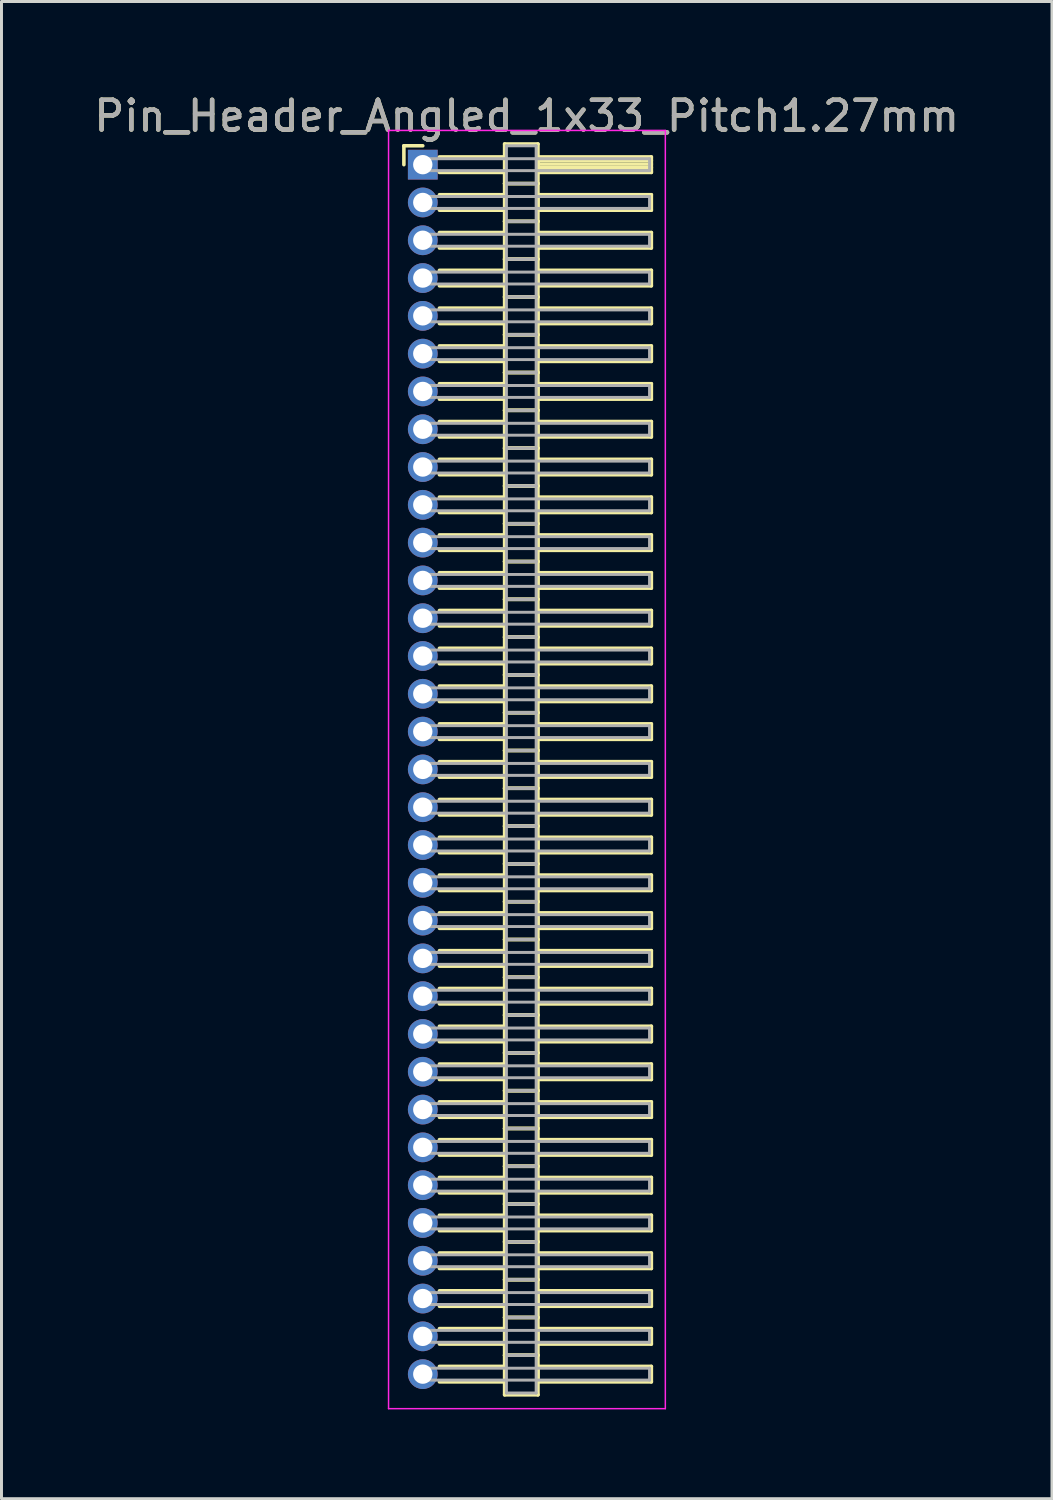
<source format=kicad_pcb>
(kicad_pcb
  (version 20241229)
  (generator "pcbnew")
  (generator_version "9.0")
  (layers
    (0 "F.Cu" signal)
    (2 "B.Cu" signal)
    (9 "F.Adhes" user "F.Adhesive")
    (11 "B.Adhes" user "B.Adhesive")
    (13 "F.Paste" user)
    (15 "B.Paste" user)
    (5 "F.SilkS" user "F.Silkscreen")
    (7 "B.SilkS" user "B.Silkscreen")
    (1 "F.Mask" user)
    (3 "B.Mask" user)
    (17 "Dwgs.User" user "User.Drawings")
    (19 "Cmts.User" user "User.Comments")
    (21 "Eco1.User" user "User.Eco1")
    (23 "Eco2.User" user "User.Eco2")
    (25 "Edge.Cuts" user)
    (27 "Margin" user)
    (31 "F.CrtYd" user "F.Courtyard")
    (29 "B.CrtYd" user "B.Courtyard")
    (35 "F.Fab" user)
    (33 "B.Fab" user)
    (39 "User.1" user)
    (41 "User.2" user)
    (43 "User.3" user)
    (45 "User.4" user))
  (footprint "Pin_Header_Angled_1x33_Pitch1.27mm"
    (layer "F.Cu")
    (at 11.156 2.483)
    (property "Reference" "Pin_Header_Angled_1x33_Pitch1.27mm" (at 3.493 -1.635 0) (layer "F.SilkS") (effects (font (size 1 1) (thickness 0.15))))
    (attr through_hole)
    (fp_line (start -0.635 -0.635) (end 0 -0.635) (stroke (width 0.12) (type solid)) (layer "F.SilkS"))
    (fp_line (start -0.635 0) (end -0.635 -0.635) (stroke (width 0.12) (type solid)) (layer "F.SilkS"))
    (fp_line (start 0.56 -0.26) (end 2.75 -0.26) (stroke (width 0.12) (type solid)) (layer "F.SilkS"))
    (fp_line (start 0.56 0.26) (end 2.75 0.26) (stroke (width 0.12) (type solid)) (layer "F.SilkS"))
    (fp_line (start 0.56 1.01) (end 2.75 1.01) (stroke (width 0.12) (type solid)) (layer "F.SilkS"))
    (fp_line (start 0.56 1.53) (end 2.75 1.53) (stroke (width 0.12) (type solid)) (layer "F.SilkS"))
    (fp_line (start 0.56 2.28) (end 2.75 2.28) (stroke (width 0.12) (type solid)) (layer "F.SilkS"))
    (fp_line (start 0.56 2.8) (end 2.75 2.8) (stroke (width 0.12) (type solid)) (layer "F.SilkS"))
    (fp_line (start 0.56 3.55) (end 2.75 3.55) (stroke (width 0.12) (type solid)) (layer "F.SilkS"))
    (fp_line (start 0.56 4.07) (end 2.75 4.07) (stroke (width 0.12) (type solid)) (layer "F.SilkS"))
    (fp_line (start 0.56 4.82) (end 2.75 4.82) (stroke (width 0.12) (type solid)) (layer "F.SilkS"))
    (fp_line (start 0.56 5.34) (end 2.75 5.34) (stroke (width 0.12) (type solid)) (layer "F.SilkS"))
    (fp_line (start 0.56 6.09) (end 2.75 6.09) (stroke (width 0.12) (type solid)) (layer "F.SilkS"))
    (fp_line (start 0.56 6.61) (end 2.75 6.61) (stroke (width 0.12) (type solid)) (layer "F.SilkS"))
    (fp_line (start 0.56 7.36) (end 2.75 7.36) (stroke (width 0.12) (type solid)) (layer "F.SilkS"))
    (fp_line (start 0.56 7.88) (end 2.75 7.88) (stroke (width 0.12) (type solid)) (layer "F.SilkS"))
    (fp_line (start 0.56 8.63) (end 2.75 8.63) (stroke (width 0.12) (type solid)) (layer "F.SilkS"))
    (fp_line (start 0.56 9.15) (end 2.75 9.15) (stroke (width 0.12) (type solid)) (layer "F.SilkS"))
    (fp_line (start 0.56 9.9) (end 2.75 9.9) (stroke (width 0.12) (type solid)) (layer "F.SilkS"))
    (fp_line (start 0.56 10.42) (end 2.75 10.42) (stroke (width 0.12) (type solid)) (layer "F.SilkS"))
    (fp_line (start 0.56 11.17) (end 2.75 11.17) (stroke (width 0.12) (type solid)) (layer "F.SilkS"))
    (fp_line (start 0.56 11.69) (end 2.75 11.69) (stroke (width 0.12) (type solid)) (layer "F.SilkS"))
    (fp_line (start 0.56 12.44) (end 2.75 12.44) (stroke (width 0.12) (type solid)) (layer "F.SilkS"))
    (fp_line (start 0.56 12.96) (end 2.75 12.96) (stroke (width 0.12) (type solid)) (layer "F.SilkS"))
    (fp_line (start 0.56 13.71) (end 2.75 13.71) (stroke (width 0.12) (type solid)) (layer "F.SilkS"))
    (fp_line (start 0.56 14.23) (end 2.75 14.23) (stroke (width 0.12) (type solid)) (layer "F.SilkS"))
    (fp_line (start 0.56 14.98) (end 2.75 14.98) (stroke (width 0.12) (type solid)) (layer "F.SilkS"))
    (fp_line (start 0.56 15.5) (end 2.75 15.5) (stroke (width 0.12) (type solid)) (layer "F.SilkS"))
    (fp_line (start 0.56 16.25) (end 2.75 16.25) (stroke (width 0.12) (type solid)) (layer "F.SilkS"))
    (fp_line (start 0.56 16.77) (end 2.75 16.77) (stroke (width 0.12) (type solid)) (layer "F.SilkS"))
    (fp_line (start 0.56 17.52) (end 2.75 17.52) (stroke (width 0.12) (type solid)) (layer "F.SilkS"))
    (fp_line (start 0.56 18.04) (end 2.75 18.04) (stroke (width 0.12) (type solid)) (layer "F.SilkS"))
    (fp_line (start 0.56 18.79) (end 2.75 18.79) (stroke (width 0.12) (type solid)) (layer "F.SilkS"))
    (fp_line (start 0.56 19.31) (end 2.75 19.31) (stroke (width 0.12) (type solid)) (layer "F.SilkS"))
    (fp_line (start 0.56 20.06) (end 2.75 20.06) (stroke (width 0.12) (type solid)) (layer "F.SilkS"))
    (fp_line (start 0.56 20.58) (end 2.75 20.58) (stroke (width 0.12) (type solid)) (layer "F.SilkS"))
    (fp_line (start 0.56 21.33) (end 2.75 21.33) (stroke (width 0.12) (type solid)) (layer "F.SilkS"))
    (fp_line (start 0.56 21.85) (end 2.75 21.85) (stroke (width 0.12) (type solid)) (layer "F.SilkS"))
    (fp_line (start 0.56 22.6) (end 2.75 22.6) (stroke (width 0.12) (type solid)) (layer "F.SilkS"))
    (fp_line (start 0.56 23.12) (end 2.75 23.12) (stroke (width 0.12) (type solid)) (layer "F.SilkS"))
    (fp_line (start 0.56 23.87) (end 2.75 23.87) (stroke (width 0.12) (type solid)) (layer "F.SilkS"))
    (fp_line (start 0.56 24.39) (end 2.75 24.39) (stroke (width 0.12) (type solid)) (layer "F.SilkS"))
    (fp_line (start 0.56 25.14) (end 2.75 25.14) (stroke (width 0.12) (type solid)) (layer "F.SilkS"))
    (fp_line (start 0.56 25.66) (end 2.75 25.66) (stroke (width 0.12) (type solid)) (layer "F.SilkS"))
    (fp_line (start 0.56 26.41) (end 2.75 26.41) (stroke (width 0.12) (type solid)) (layer "F.SilkS"))
    (fp_line (start 0.56 26.93) (end 2.75 26.93) (stroke (width 0.12) (type solid)) (layer "F.SilkS"))
    (fp_line (start 0.56 27.68) (end 2.75 27.68) (stroke (width 0.12) (type solid)) (layer "F.SilkS"))
    (fp_line (start 0.56 28.2) (end 2.75 28.2) (stroke (width 0.12) (type solid)) (layer "F.SilkS"))
    (fp_line (start 0.56 28.95) (end 2.75 28.95) (stroke (width 0.12) (type solid)) (layer "F.SilkS"))
    (fp_line (start 0.56 29.47) (end 2.75 29.47) (stroke (width 0.12) (type solid)) (layer "F.SilkS"))
    (fp_line (start 0.56 30.22) (end 2.75 30.22) (stroke (width 0.12) (type solid)) (layer "F.SilkS"))
    (fp_line (start 0.56 30.74) (end 2.75 30.74) (stroke (width 0.12) (type solid)) (layer "F.SilkS"))
    (fp_line (start 0.56 31.49) (end 2.75 31.49) (stroke (width 0.12) (type solid)) (layer "F.SilkS"))
    (fp_line (start 0.56 32.01) (end 2.75 32.01) (stroke (width 0.12) (type solid)) (layer "F.SilkS"))
    (fp_line (start 0.56 32.76) (end 2.75 32.76) (stroke (width 0.12) (type solid)) (layer "F.SilkS"))
    (fp_line (start 0.56 33.28) (end 2.75 33.28) (stroke (width 0.12) (type solid)) (layer "F.SilkS"))
    (fp_line (start 0.56 34.03) (end 2.75 34.03) (stroke (width 0.12) (type solid)) (layer "F.SilkS"))
    (fp_line (start 0.56 34.55) (end 2.75 34.55) (stroke (width 0.12) (type solid)) (layer "F.SilkS"))
    (fp_line (start 0.56 35.3) (end 2.75 35.3) (stroke (width 0.12) (type solid)) (layer "F.SilkS"))
    (fp_line (start 0.56 35.82) (end 2.75 35.82) (stroke (width 0.12) (type solid)) (layer "F.SilkS"))
    (fp_line (start 0.56 36.57) (end 2.75 36.57) (stroke (width 0.12) (type solid)) (layer "F.SilkS"))
    (fp_line (start 0.56 37.09) (end 2.75 37.09) (stroke (width 0.12) (type solid)) (layer "F.SilkS"))
    (fp_line (start 0.56 37.84) (end 2.75 37.84) (stroke (width 0.12) (type solid)) (layer "F.SilkS"))
    (fp_line (start 0.56 38.36) (end 2.75 38.36) (stroke (width 0.12) (type solid)) (layer "F.SilkS"))
    (fp_line (start 0.56 39.11) (end 2.75 39.11) (stroke (width 0.12) (type solid)) (layer "F.SilkS"))
    (fp_line (start 0.56 39.63) (end 2.75 39.63) (stroke (width 0.12) (type solid)) (layer "F.SilkS"))
    (fp_line (start 0.56 40.38) (end 2.75 40.38) (stroke (width 0.12) (type solid)) (layer "F.SilkS"))
    (fp_line (start 0.56 40.9) (end 2.75 40.9) (stroke (width 0.12) (type solid)) (layer "F.SilkS"))
    (fp_line (start 2.75 -0.695) (end 2.75 0.635) (stroke (width 0.12) (type solid)) (layer "F.SilkS"))
    (fp_line (start 2.75 0.635) (end 2.75 1.905) (stroke (width 0.12) (type solid)) (layer "F.SilkS"))
    (fp_line (start 2.75 0.635) (end 3.87 0.635) (stroke (width 0.12) (type solid)) (layer "F.SilkS"))
    (fp_line (start 2.75 1.905) (end 2.75 3.175) (stroke (width 0.12) (type solid)) (layer "F.SilkS"))
    (fp_line (start 2.75 1.905) (end 3.87 1.905) (stroke (width 0.12) (type solid)) (layer "F.SilkS"))
    (fp_line (start 2.75 3.175) (end 2.75 4.445) (stroke (width 0.12) (type solid)) (layer "F.SilkS"))
    (fp_line (start 2.75 3.175) (end 3.87 3.175) (stroke (width 0.12) (type solid)) (layer "F.SilkS"))
    (fp_line (start 2.75 4.445) (end 2.75 5.715) (stroke (width 0.12) (type solid)) (layer "F.SilkS"))
    (fp_line (start 2.75 4.445) (end 3.87 4.445) (stroke (width 0.12) (type solid)) (layer "F.SilkS"))
    (fp_line (start 2.75 5.715) (end 2.75 6.985) (stroke (width 0.12) (type solid)) (layer "F.SilkS"))
    (fp_line (start 2.75 5.715) (end 3.87 5.715) (stroke (width 0.12) (type solid)) (layer "F.SilkS"))
    (fp_line (start 2.75 6.985) (end 2.75 8.255) (stroke (width 0.12) (type solid)) (layer "F.SilkS"))
    (fp_line (start 2.75 6.985) (end 3.87 6.985) (stroke (width 0.12) (type solid)) (layer "F.SilkS"))
    (fp_line (start 2.75 8.255) (end 2.75 9.525) (stroke (width 0.12) (type solid)) (layer "F.SilkS"))
    (fp_line (start 2.75 8.255) (end 3.87 8.255) (stroke (width 0.12) (type solid)) (layer "F.SilkS"))
    (fp_line (start 2.75 9.525) (end 2.75 10.795) (stroke (width 0.12) (type solid)) (layer "F.SilkS"))
    (fp_line (start 2.75 9.525) (end 3.87 9.525) (stroke (width 0.12) (type solid)) (layer "F.SilkS"))
    (fp_line (start 2.75 10.795) (end 2.75 12.065) (stroke (width 0.12) (type solid)) (layer "F.SilkS"))
    (fp_line (start 2.75 10.795) (end 3.87 10.795) (stroke (width 0.12) (type solid)) (layer "F.SilkS"))
    (fp_line (start 2.75 12.065) (end 2.75 13.335) (stroke (width 0.12) (type solid)) (layer "F.SilkS"))
    (fp_line (start 2.75 12.065) (end 3.87 12.065) (stroke (width 0.12) (type solid)) (layer "F.SilkS"))
    (fp_line (start 2.75 13.335) (end 2.75 14.605) (stroke (width 0.12) (type solid)) (layer "F.SilkS"))
    (fp_line (start 2.75 13.335) (end 3.87 13.335) (stroke (width 0.12) (type solid)) (layer "F.SilkS"))
    (fp_line (start 2.75 14.605) (end 2.75 15.875) (stroke (width 0.12) (type solid)) (layer "F.SilkS"))
    (fp_line (start 2.75 14.605) (end 3.87 14.605) (stroke (width 0.12) (type solid)) (layer "F.SilkS"))
    (fp_line (start 2.75 15.875) (end 2.75 17.145) (stroke (width 0.12) (type solid)) (layer "F.SilkS"))
    (fp_line (start 2.75 15.875) (end 3.87 15.875) (stroke (width 0.12) (type solid)) (layer "F.SilkS"))
    (fp_line (start 2.75 17.145) (end 2.75 18.415) (stroke (width 0.12) (type solid)) (layer "F.SilkS"))
    (fp_line (start 2.75 17.145) (end 3.87 17.145) (stroke (width 0.12) (type solid)) (layer "F.SilkS"))
    (fp_line (start 2.75 18.415) (end 2.75 19.685) (stroke (width 0.12) (type solid)) (layer "F.SilkS"))
    (fp_line (start 2.75 18.415) (end 3.87 18.415) (stroke (width 0.12) (type solid)) (layer "F.SilkS"))
    (fp_line (start 2.75 19.685) (end 2.75 20.955) (stroke (width 0.12) (type solid)) (layer "F.SilkS"))
    (fp_line (start 2.75 19.685) (end 3.87 19.685) (stroke (width 0.12) (type solid)) (layer "F.SilkS"))
    (fp_line (start 2.75 20.955) (end 2.75 22.225) (stroke (width 0.12) (type solid)) (layer "F.SilkS"))
    (fp_line (start 2.75 20.955) (end 3.87 20.955) (stroke (width 0.12) (type solid)) (layer "F.SilkS"))
    (fp_line (start 2.75 22.225) (end 2.75 23.495) (stroke (width 0.12) (type solid)) (layer "F.SilkS"))
    (fp_line (start 2.75 22.225) (end 3.87 22.225) (stroke (width 0.12) (type solid)) (layer "F.SilkS"))
    (fp_line (start 2.75 23.495) (end 2.75 24.765) (stroke (width 0.12) (type solid)) (layer "F.SilkS"))
    (fp_line (start 2.75 23.495) (end 3.87 23.495) (stroke (width 0.12) (type solid)) (layer "F.SilkS"))
    (fp_line (start 2.75 24.765) (end 2.75 26.035) (stroke (width 0.12) (type solid)) (layer "F.SilkS"))
    (fp_line (start 2.75 24.765) (end 3.87 24.765) (stroke (width 0.12) (type solid)) (layer "F.SilkS"))
    (fp_line (start 2.75 26.035) (end 2.75 27.305) (stroke (width 0.12) (type solid)) (layer "F.SilkS"))
    (fp_line (start 2.75 26.035) (end 3.87 26.035) (stroke (width 0.12) (type solid)) (layer "F.SilkS"))
    (fp_line (start 2.75 27.305) (end 2.75 28.575) (stroke (width 0.12) (type solid)) (layer "F.SilkS"))
    (fp_line (start 2.75 27.305) (end 3.87 27.305) (stroke (width 0.12) (type solid)) (layer "F.SilkS"))
    (fp_line (start 2.75 28.575) (end 2.75 29.845) (stroke (width 0.12) (type solid)) (layer "F.SilkS"))
    (fp_line (start 2.75 28.575) (end 3.87 28.575) (stroke (width 0.12) (type solid)) (layer "F.SilkS"))
    (fp_line (start 2.75 29.845) (end 2.75 31.115) (stroke (width 0.12) (type solid)) (layer "F.SilkS"))
    (fp_line (start 2.75 29.845) (end 3.87 29.845) (stroke (width 0.12) (type solid)) (layer "F.SilkS"))
    (fp_line (start 2.75 31.115) (end 2.75 32.385) (stroke (width 0.12) (type solid)) (layer "F.SilkS"))
    (fp_line (start 2.75 31.115) (end 3.87 31.115) (stroke (width 0.12) (type solid)) (layer "F.SilkS"))
    (fp_line (start 2.75 32.385) (end 2.75 33.655) (stroke (width 0.12) (type solid)) (layer "F.SilkS"))
    (fp_line (start 2.75 32.385) (end 3.87 32.385) (stroke (width 0.12) (type solid)) (layer "F.SilkS"))
    (fp_line (start 2.75 33.655) (end 2.75 34.925) (stroke (width 0.12) (type solid)) (layer "F.SilkS"))
    (fp_line (start 2.75 33.655) (end 3.87 33.655) (stroke (width 0.12) (type solid)) (layer "F.SilkS"))
    (fp_line (start 2.75 34.925) (end 2.75 36.195) (stroke (width 0.12) (type solid)) (layer "F.SilkS"))
    (fp_line (start 2.75 34.925) (end 3.87 34.925) (stroke (width 0.12) (type solid)) (layer "F.SilkS"))
    (fp_line (start 2.75 36.195) (end 2.75 37.465) (stroke (width 0.12) (type solid)) (layer "F.SilkS"))
    (fp_line (start 2.75 36.195) (end 3.87 36.195) (stroke (width 0.12) (type solid)) (layer "F.SilkS"))
    (fp_line (start 2.75 37.465) (end 2.75 38.735) (stroke (width 0.12) (type solid)) (layer "F.SilkS"))
    (fp_line (start 2.75 37.465) (end 3.87 37.465) (stroke (width 0.12) (type solid)) (layer "F.SilkS"))
    (fp_line (start 2.75 38.735) (end 2.75 40.005) (stroke (width 0.12) (type solid)) (layer "F.SilkS"))
    (fp_line (start 2.75 38.735) (end 3.87 38.735) (stroke (width 0.12) (type solid)) (layer "F.SilkS"))
    (fp_line (start 2.75 40.005) (end 2.75 41.335) (stroke (width 0.12) (type solid)) (layer "F.SilkS"))
    (fp_line (start 2.75 40.005) (end 3.87 40.005) (stroke (width 0.12) (type solid)) (layer "F.SilkS"))
    (fp_line (start 2.75 41.335) (end 3.87 41.335) (stroke (width 0.12) (type solid)) (layer "F.SilkS"))
    (fp_line (start 3.87 -0.695) (end 2.75 -0.695) (stroke (width 0.12) (type solid)) (layer "F.SilkS"))
    (fp_line (start 3.87 -0.26) (end 3.87 0.26) (stroke (width 0.12) (type solid)) (layer "F.SilkS"))
    (fp_line (start 3.87 -0.14) (end 7.68 -0.14) (stroke (width 0.12) (type solid)) (layer "F.SilkS"))
    (fp_line (start 3.87 -0.02) (end 7.68 -0.02) (stroke (width 0.12) (type solid)) (layer "F.SilkS"))
    (fp_line (start 3.87 0.1) (end 7.68 0.1) (stroke (width 0.12) (type solid)) (layer "F.SilkS"))
    (fp_line (start 3.87 0.22) (end 7.68 0.22) (stroke (width 0.12) (type solid)) (layer "F.SilkS"))
    (fp_line (start 3.87 0.26) (end 7.68 0.26) (stroke (width 0.12) (type solid)) (layer "F.SilkS"))
    (fp_line (start 3.87 0.635) (end 2.75 0.635) (stroke (width 0.12) (type solid)) (layer "F.SilkS"))
    (fp_line (start 3.87 0.635) (end 3.87 -0.695) (stroke (width 0.12) (type solid)) (layer "F.SilkS"))
    (fp_line (start 3.87 1.01) (end 3.87 1.53) (stroke (width 0.12) (type solid)) (layer "F.SilkS"))
    (fp_line (start 3.87 1.53) (end 7.68 1.53) (stroke (width 0.12) (type solid)) (layer "F.SilkS"))
    (fp_line (start 3.87 1.905) (end 2.75 1.905) (stroke (width 0.12) (type solid)) (layer "F.SilkS"))
    (fp_line (start 3.87 1.905) (end 3.87 0.635) (stroke (width 0.12) (type solid)) (layer "F.SilkS"))
    (fp_line (start 3.87 2.28) (end 3.87 2.8) (stroke (width 0.12) (type solid)) (layer "F.SilkS"))
    (fp_line (start 3.87 2.8) (end 7.68 2.8) (stroke (width 0.12) (type solid)) (layer "F.SilkS"))
    (fp_line (start 3.87 3.175) (end 2.75 3.175) (stroke (width 0.12) (type solid)) (layer "F.SilkS"))
    (fp_line (start 3.87 3.175) (end 3.87 1.905) (stroke (width 0.12) (type solid)) (layer "F.SilkS"))
    (fp_line (start 3.87 3.55) (end 3.87 4.07) (stroke (width 0.12) (type solid)) (layer "F.SilkS"))
    (fp_line (start 3.87 4.07) (end 7.68 4.07) (stroke (width 0.12) (type solid)) (layer "F.SilkS"))
    (fp_line (start 3.87 4.445) (end 2.75 4.445) (stroke (width 0.12) (type solid)) (layer "F.SilkS"))
    (fp_line (start 3.87 4.445) (end 3.87 3.175) (stroke (width 0.12) (type solid)) (layer "F.SilkS"))
    (fp_line (start 3.87 4.82) (end 3.87 5.34) (stroke (width 0.12) (type solid)) (layer "F.SilkS"))
    (fp_line (start 3.87 5.34) (end 7.68 5.34) (stroke (width 0.12) (type solid)) (layer "F.SilkS"))
    (fp_line (start 3.87 5.715) (end 2.75 5.715) (stroke (width 0.12) (type solid)) (layer "F.SilkS"))
    (fp_line (start 3.87 5.715) (end 3.87 4.445) (stroke (width 0.12) (type solid)) (layer "F.SilkS"))
    (fp_line (start 3.87 6.09) (end 3.87 6.61) (stroke (width 0.12) (type solid)) (layer "F.SilkS"))
    (fp_line (start 3.87 6.61) (end 7.68 6.61) (stroke (width 0.12) (type solid)) (layer "F.SilkS"))
    (fp_line (start 3.87 6.985) (end 2.75 6.985) (stroke (width 0.12) (type solid)) (layer "F.SilkS"))
    (fp_line (start 3.87 6.985) (end 3.87 5.715) (stroke (width 0.12) (type solid)) (layer "F.SilkS"))
    (fp_line (start 3.87 7.36) (end 3.87 7.88) (stroke (width 0.12) (type solid)) (layer "F.SilkS"))
    (fp_line (start 3.87 7.88) (end 7.68 7.88) (stroke (width 0.12) (type solid)) (layer "F.SilkS"))
    (fp_line (start 3.87 8.255) (end 2.75 8.255) (stroke (width 0.12) (type solid)) (layer "F.SilkS"))
    (fp_line (start 3.87 8.255) (end 3.87 6.985) (stroke (width 0.12) (type solid)) (layer "F.SilkS"))
    (fp_line (start 3.87 8.63) (end 3.87 9.15) (stroke (width 0.12) (type solid)) (layer "F.SilkS"))
    (fp_line (start 3.87 9.15) (end 7.68 9.15) (stroke (width 0.12) (type solid)) (layer "F.SilkS"))
    (fp_line (start 3.87 9.525) (end 2.75 9.525) (stroke (width 0.12) (type solid)) (layer "F.SilkS"))
    (fp_line (start 3.87 9.525) (end 3.87 8.255) (stroke (width 0.12) (type solid)) (layer "F.SilkS"))
    (fp_line (start 3.87 9.9) (end 3.87 10.42) (stroke (width 0.12) (type solid)) (layer "F.SilkS"))
    (fp_line (start 3.87 10.42) (end 7.68 10.42) (stroke (width 0.12) (type solid)) (layer "F.SilkS"))
    (fp_line (start 3.87 10.795) (end 2.75 10.795) (stroke (width 0.12) (type solid)) (layer "F.SilkS"))
    (fp_line (start 3.87 10.795) (end 3.87 9.525) (stroke (width 0.12) (type solid)) (layer "F.SilkS"))
    (fp_line (start 3.87 11.17) (end 3.87 11.69) (stroke (width 0.12) (type solid)) (layer "F.SilkS"))
    (fp_line (start 3.87 11.69) (end 7.68 11.69) (stroke (width 0.12) (type solid)) (layer "F.SilkS"))
    (fp_line (start 3.87 12.065) (end 2.75 12.065) (stroke (width 0.12) (type solid)) (layer "F.SilkS"))
    (fp_line (start 3.87 12.065) (end 3.87 10.795) (stroke (width 0.12) (type solid)) (layer "F.SilkS"))
    (fp_line (start 3.87 12.44) (end 3.87 12.96) (stroke (width 0.12) (type solid)) (layer "F.SilkS"))
    (fp_line (start 3.87 12.96) (end 7.68 12.96) (stroke (width 0.12) (type solid)) (layer "F.SilkS"))
    (fp_line (start 3.87 13.335) (end 2.75 13.335) (stroke (width 0.12) (type solid)) (layer "F.SilkS"))
    (fp_line (start 3.87 13.335) (end 3.87 12.065) (stroke (width 0.12) (type solid)) (layer "F.SilkS"))
    (fp_line (start 3.87 13.71) (end 3.87 14.23) (stroke (width 0.12) (type solid)) (layer "F.SilkS"))
    (fp_line (start 3.87 14.23) (end 7.68 14.23) (stroke (width 0.12) (type solid)) (layer "F.SilkS"))
    (fp_line (start 3.87 14.605) (end 2.75 14.605) (stroke (width 0.12) (type solid)) (layer "F.SilkS"))
    (fp_line (start 3.87 14.605) (end 3.87 13.335) (stroke (width 0.12) (type solid)) (layer "F.SilkS"))
    (fp_line (start 3.87 14.98) (end 3.87 15.5) (stroke (width 0.12) (type solid)) (layer "F.SilkS"))
    (fp_line (start 3.87 15.5) (end 7.68 15.5) (stroke (width 0.12) (type solid)) (layer "F.SilkS"))
    (fp_line (start 3.87 15.875) (end 2.75 15.875) (stroke (width 0.12) (type solid)) (layer "F.SilkS"))
    (fp_line (start 3.87 15.875) (end 3.87 14.605) (stroke (width 0.12) (type solid)) (layer "F.SilkS"))
    (fp_line (start 3.87 16.25) (end 3.87 16.77) (stroke (width 0.12) (type solid)) (layer "F.SilkS"))
    (fp_line (start 3.87 16.77) (end 7.68 16.77) (stroke (width 0.12) (type solid)) (layer "F.SilkS"))
    (fp_line (start 3.87 17.145) (end 2.75 17.145) (stroke (width 0.12) (type solid)) (layer "F.SilkS"))
    (fp_line (start 3.87 17.145) (end 3.87 15.875) (stroke (width 0.12) (type solid)) (layer "F.SilkS"))
    (fp_line (start 3.87 17.52) (end 3.87 18.04) (stroke (width 0.12) (type solid)) (layer "F.SilkS"))
    (fp_line (start 3.87 18.04) (end 7.68 18.04) (stroke (width 0.12) (type solid)) (layer "F.SilkS"))
    (fp_line (start 3.87 18.415) (end 2.75 18.415) (stroke (width 0.12) (type solid)) (layer "F.SilkS"))
    (fp_line (start 3.87 18.415) (end 3.87 17.145) (stroke (width 0.12) (type solid)) (layer "F.SilkS"))
    (fp_line (start 3.87 18.79) (end 3.87 19.31) (stroke (width 0.12) (type solid)) (layer "F.SilkS"))
    (fp_line (start 3.87 19.31) (end 7.68 19.31) (stroke (width 0.12) (type solid)) (layer "F.SilkS"))
    (fp_line (start 3.87 19.685) (end 2.75 19.685) (stroke (width 0.12) (type solid)) (layer "F.SilkS"))
    (fp_line (start 3.87 19.685) (end 3.87 18.415) (stroke (width 0.12) (type solid)) (layer "F.SilkS"))
    (fp_line (start 3.87 20.06) (end 3.87 20.58) (stroke (width 0.12) (type solid)) (layer "F.SilkS"))
    (fp_line (start 3.87 20.58) (end 7.68 20.58) (stroke (width 0.12) (type solid)) (layer "F.SilkS"))
    (fp_line (start 3.87 20.955) (end 2.75 20.955) (stroke (width 0.12) (type solid)) (layer "F.SilkS"))
    (fp_line (start 3.87 20.955) (end 3.87 19.685) (stroke (width 0.12) (type solid)) (layer "F.SilkS"))
    (fp_line (start 3.87 21.33) (end 3.87 21.85) (stroke (width 0.12) (type solid)) (layer "F.SilkS"))
    (fp_line (start 3.87 21.85) (end 7.68 21.85) (stroke (width 0.12) (type solid)) (layer "F.SilkS"))
    (fp_line (start 3.87 22.225) (end 2.75 22.225) (stroke (width 0.12) (type solid)) (layer "F.SilkS"))
    (fp_line (start 3.87 22.225) (end 3.87 20.955) (stroke (width 0.12) (type solid)) (layer "F.SilkS"))
    (fp_line (start 3.87 22.6) (end 3.87 23.12) (stroke (width 0.12) (type solid)) (layer "F.SilkS"))
    (fp_line (start 3.87 23.12) (end 7.68 23.12) (stroke (width 0.12) (type solid)) (layer "F.SilkS"))
    (fp_line (start 3.87 23.495) (end 2.75 23.495) (stroke (width 0.12) (type solid)) (layer "F.SilkS"))
    (fp_line (start 3.87 23.495) (end 3.87 22.225) (stroke (width 0.12) (type solid)) (layer "F.SilkS"))
    (fp_line (start 3.87 23.87) (end 3.87 24.39) (stroke (width 0.12) (type solid)) (layer "F.SilkS"))
    (fp_line (start 3.87 24.39) (end 7.68 24.39) (stroke (width 0.12) (type solid)) (layer "F.SilkS"))
    (fp_line (start 3.87 24.765) (end 2.75 24.765) (stroke (width 0.12) (type solid)) (layer "F.SilkS"))
    (fp_line (start 3.87 24.765) (end 3.87 23.495) (stroke (width 0.12) (type solid)) (layer "F.SilkS"))
    (fp_line (start 3.87 25.14) (end 3.87 25.66) (stroke (width 0.12) (type solid)) (layer "F.SilkS"))
    (fp_line (start 3.87 25.66) (end 7.68 25.66) (stroke (width 0.12) (type solid)) (layer "F.SilkS"))
    (fp_line (start 3.87 26.035) (end 2.75 26.035) (stroke (width 0.12) (type solid)) (layer "F.SilkS"))
    (fp_line (start 3.87 26.035) (end 3.87 24.765) (stroke (width 0.12) (type solid)) (layer "F.SilkS"))
    (fp_line (start 3.87 26.41) (end 3.87 26.93) (stroke (width 0.12) (type solid)) (layer "F.SilkS"))
    (fp_line (start 3.87 26.93) (end 7.68 26.93) (stroke (width 0.12) (type solid)) (layer "F.SilkS"))
    (fp_line (start 3.87 27.305) (end 2.75 27.305) (stroke (width 0.12) (type solid)) (layer "F.SilkS"))
    (fp_line (start 3.87 27.305) (end 3.87 26.035) (stroke (width 0.12) (type solid)) (layer "F.SilkS"))
    (fp_line (start 3.87 27.68) (end 3.87 28.2) (stroke (width 0.12) (type solid)) (layer "F.SilkS"))
    (fp_line (start 3.87 28.2) (end 7.68 28.2) (stroke (width 0.12) (type solid)) (layer "F.SilkS"))
    (fp_line (start 3.87 28.575) (end 2.75 28.575) (stroke (width 0.12) (type solid)) (layer "F.SilkS"))
    (fp_line (start 3.87 28.575) (end 3.87 27.305) (stroke (width 0.12) (type solid)) (layer "F.SilkS"))
    (fp_line (start 3.87 28.95) (end 3.87 29.47) (stroke (width 0.12) (type solid)) (layer "F.SilkS"))
    (fp_line (start 3.87 29.47) (end 7.68 29.47) (stroke (width 0.12) (type solid)) (layer "F.SilkS"))
    (fp_line (start 3.87 29.845) (end 2.75 29.845) (stroke (width 0.12) (type solid)) (layer "F.SilkS"))
    (fp_line (start 3.87 29.845) (end 3.87 28.575) (stroke (width 0.12) (type solid)) (layer "F.SilkS"))
    (fp_line (start 3.87 30.22) (end 3.87 30.74) (stroke (width 0.12) (type solid)) (layer "F.SilkS"))
    (fp_line (start 3.87 30.74) (end 7.68 30.74) (stroke (width 0.12) (type solid)) (layer "F.SilkS"))
    (fp_line (start 3.87 31.115) (end 2.75 31.115) (stroke (width 0.12) (type solid)) (layer "F.SilkS"))
    (fp_line (start 3.87 31.115) (end 3.87 29.845) (stroke (width 0.12) (type solid)) (layer "F.SilkS"))
    (fp_line (start 3.87 31.49) (end 3.87 32.01) (stroke (width 0.12) (type solid)) (layer "F.SilkS"))
    (fp_line (start 3.87 32.01) (end 7.68 32.01) (stroke (width 0.12) (type solid)) (layer "F.SilkS"))
    (fp_line (start 3.87 32.385) (end 2.75 32.385) (stroke (width 0.12) (type solid)) (layer "F.SilkS"))
    (fp_line (start 3.87 32.385) (end 3.87 31.115) (stroke (width 0.12) (type solid)) (layer "F.SilkS"))
    (fp_line (start 3.87 32.76) (end 3.87 33.28) (stroke (width 0.12) (type solid)) (layer "F.SilkS"))
    (fp_line (start 3.87 33.28) (end 7.68 33.28) (stroke (width 0.12) (type solid)) (layer "F.SilkS"))
    (fp_line (start 3.87 33.655) (end 2.75 33.655) (stroke (width 0.12) (type solid)) (layer "F.SilkS"))
    (fp_line (start 3.87 33.655) (end 3.87 32.385) (stroke (width 0.12) (type solid)) (layer "F.SilkS"))
    (fp_line (start 3.87 34.03) (end 3.87 34.55) (stroke (width 0.12) (type solid)) (layer "F.SilkS"))
    (fp_line (start 3.87 34.55) (end 7.68 34.55) (stroke (width 0.12) (type solid)) (layer "F.SilkS"))
    (fp_line (start 3.87 34.925) (end 2.75 34.925) (stroke (width 0.12) (type solid)) (layer "F.SilkS"))
    (fp_line (start 3.87 34.925) (end 3.87 33.655) (stroke (width 0.12) (type solid)) (layer "F.SilkS"))
    (fp_line (start 3.87 35.3) (end 3.87 35.82) (stroke (width 0.12) (type solid)) (layer "F.SilkS"))
    (fp_line (start 3.87 35.82) (end 7.68 35.82) (stroke (width 0.12) (type solid)) (layer "F.SilkS"))
    (fp_line (start 3.87 36.195) (end 2.75 36.195) (stroke (width 0.12) (type solid)) (layer "F.SilkS"))
    (fp_line (start 3.87 36.195) (end 3.87 34.925) (stroke (width 0.12) (type solid)) (layer "F.SilkS"))
    (fp_line (start 3.87 36.57) (end 3.87 37.09) (stroke (width 0.12) (type solid)) (layer "F.SilkS"))
    (fp_line (start 3.87 37.09) (end 7.68 37.09) (stroke (width 0.12) (type solid)) (layer "F.SilkS"))
    (fp_line (start 3.87 37.465) (end 2.75 37.465) (stroke (width 0.12) (type solid)) (layer "F.SilkS"))
    (fp_line (start 3.87 37.465) (end 3.87 36.195) (stroke (width 0.12) (type solid)) (layer "F.SilkS"))
    (fp_line (start 3.87 37.84) (end 3.87 38.36) (stroke (width 0.12) (type solid)) (layer "F.SilkS"))
    (fp_line (start 3.87 38.36) (end 7.68 38.36) (stroke (width 0.12) (type solid)) (layer "F.SilkS"))
    (fp_line (start 3.87 38.735) (end 2.75 38.735) (stroke (width 0.12) (type solid)) (layer "F.SilkS"))
    (fp_line (start 3.87 38.735) (end 3.87 37.465) (stroke (width 0.12) (type solid)) (layer "F.SilkS"))
    (fp_line (start 3.87 39.11) (end 3.87 39.63) (stroke (width 0.12) (type solid)) (layer "F.SilkS"))
    (fp_line (start 3.87 39.63) (end 7.68 39.63) (stroke (width 0.12) (type solid)) (layer "F.SilkS"))
    (fp_line (start 3.87 40.005) (end 2.75 40.005) (stroke (width 0.12) (type solid)) (layer "F.SilkS"))
    (fp_line (start 3.87 40.005) (end 3.87 38.735) (stroke (width 0.12) (type solid)) (layer "F.SilkS"))
    (fp_line (start 3.87 40.38) (end 3.87 40.9) (stroke (width 0.12) (type solid)) (layer "F.SilkS"))
    (fp_line (start 3.87 40.9) (end 7.68 40.9) (stroke (width 0.12) (type solid)) (layer "F.SilkS"))
    (fp_line (start 3.87 41.335) (end 3.87 40.005) (stroke (width 0.12) (type solid)) (layer "F.SilkS"))
    (fp_line (start 7.68 -0.26) (end 3.87 -0.26) (stroke (width 0.12) (type solid)) (layer "F.SilkS"))
    (fp_line (start 7.68 0.26) (end 7.68 -0.26) (stroke (width 0.12) (type solid)) (layer "F.SilkS"))
    (fp_line (start 7.68 1.01) (end 3.87 1.01) (stroke (width 0.12) (type solid)) (layer "F.SilkS"))
    (fp_line (start 7.68 1.53) (end 7.68 1.01) (stroke (width 0.12) (type solid)) (layer "F.SilkS"))
    (fp_line (start 7.68 2.28) (end 3.87 2.28) (stroke (width 0.12) (type solid)) (layer "F.SilkS"))
    (fp_line (start 7.68 2.8) (end 7.68 2.28) (stroke (width 0.12) (type solid)) (layer "F.SilkS"))
    (fp_line (start 7.68 3.55) (end 3.87 3.55) (stroke (width 0.12) (type solid)) (layer "F.SilkS"))
    (fp_line (start 7.68 4.07) (end 7.68 3.55) (stroke (width 0.12) (type solid)) (layer "F.SilkS"))
    (fp_line (start 7.68 4.82) (end 3.87 4.82) (stroke (width 0.12) (type solid)) (layer "F.SilkS"))
    (fp_line (start 7.68 5.34) (end 7.68 4.82) (stroke (width 0.12) (type solid)) (layer "F.SilkS"))
    (fp_line (start 7.68 6.09) (end 3.87 6.09) (stroke (width 0.12) (type solid)) (layer "F.SilkS"))
    (fp_line (start 7.68 6.61) (end 7.68 6.09) (stroke (width 0.12) (type solid)) (layer "F.SilkS"))
    (fp_line (start 7.68 7.36) (end 3.87 7.36) (stroke (width 0.12) (type solid)) (layer "F.SilkS"))
    (fp_line (start 7.68 7.88) (end 7.68 7.36) (stroke (width 0.12) (type solid)) (layer "F.SilkS"))
    (fp_line (start 7.68 8.63) (end 3.87 8.63) (stroke (width 0.12) (type solid)) (layer "F.SilkS"))
    (fp_line (start 7.68 9.15) (end 7.68 8.63) (stroke (width 0.12) (type solid)) (layer "F.SilkS"))
    (fp_line (start 7.68 9.9) (end 3.87 9.9) (stroke (width 0.12) (type solid)) (layer "F.SilkS"))
    (fp_line (start 7.68 10.42) (end 7.68 9.9) (stroke (width 0.12) (type solid)) (layer "F.SilkS"))
    (fp_line (start 7.68 11.17) (end 3.87 11.17) (stroke (width 0.12) (type solid)) (layer "F.SilkS"))
    (fp_line (start 7.68 11.69) (end 7.68 11.17) (stroke (width 0.12) (type solid)) (layer "F.SilkS"))
    (fp_line (start 7.68 12.44) (end 3.87 12.44) (stroke (width 0.12) (type solid)) (layer "F.SilkS"))
    (fp_line (start 7.68 12.96) (end 7.68 12.44) (stroke (width 0.12) (type solid)) (layer "F.SilkS"))
    (fp_line (start 7.68 13.71) (end 3.87 13.71) (stroke (width 0.12) (type solid)) (layer "F.SilkS"))
    (fp_line (start 7.68 14.23) (end 7.68 13.71) (stroke (width 0.12) (type solid)) (layer "F.SilkS"))
    (fp_line (start 7.68 14.98) (end 3.87 14.98) (stroke (width 0.12) (type solid)) (layer "F.SilkS"))
    (fp_line (start 7.68 15.5) (end 7.68 14.98) (stroke (width 0.12) (type solid)) (layer "F.SilkS"))
    (fp_line (start 7.68 16.25) (end 3.87 16.25) (stroke (width 0.12) (type solid)) (layer "F.SilkS"))
    (fp_line (start 7.68 16.77) (end 7.68 16.25) (stroke (width 0.12) (type solid)) (layer "F.SilkS"))
    (fp_line (start 7.68 17.52) (end 3.87 17.52) (stroke (width 0.12) (type solid)) (layer "F.SilkS"))
    (fp_line (start 7.68 18.04) (end 7.68 17.52) (stroke (width 0.12) (type solid)) (layer "F.SilkS"))
    (fp_line (start 7.68 18.79) (end 3.87 18.79) (stroke (width 0.12) (type solid)) (layer "F.SilkS"))
    (fp_line (start 7.68 19.31) (end 7.68 18.79) (stroke (width 0.12) (type solid)) (layer "F.SilkS"))
    (fp_line (start 7.68 20.06) (end 3.87 20.06) (stroke (width 0.12) (type solid)) (layer "F.SilkS"))
    (fp_line (start 7.68 20.58) (end 7.68 20.06) (stroke (width 0.12) (type solid)) (layer "F.SilkS"))
    (fp_line (start 7.68 21.33) (end 3.87 21.33) (stroke (width 0.12) (type solid)) (layer "F.SilkS"))
    (fp_line (start 7.68 21.85) (end 7.68 21.33) (stroke (width 0.12) (type solid)) (layer "F.SilkS"))
    (fp_line (start 7.68 22.6) (end 3.87 22.6) (stroke (width 0.12) (type solid)) (layer "F.SilkS"))
    (fp_line (start 7.68 23.12) (end 7.68 22.6) (stroke (width 0.12) (type solid)) (layer "F.SilkS"))
    (fp_line (start 7.68 23.87) (end 3.87 23.87) (stroke (width 0.12) (type solid)) (layer "F.SilkS"))
    (fp_line (start 7.68 24.39) (end 7.68 23.87) (stroke (width 0.12) (type solid)) (layer "F.SilkS"))
    (fp_line (start 7.68 25.14) (end 3.87 25.14) (stroke (width 0.12) (type solid)) (layer "F.SilkS"))
    (fp_line (start 7.68 25.66) (end 7.68 25.14) (stroke (width 0.12) (type solid)) (layer "F.SilkS"))
    (fp_line (start 7.68 26.41) (end 3.87 26.41) (stroke (width 0.12) (type solid)) (layer "F.SilkS"))
    (fp_line (start 7.68 26.93) (end 7.68 26.41) (stroke (width 0.12) (type solid)) (layer "F.SilkS"))
    (fp_line (start 7.68 27.68) (end 3.87 27.68) (stroke (width 0.12) (type solid)) (layer "F.SilkS"))
    (fp_line (start 7.68 28.2) (end 7.68 27.68) (stroke (width 0.12) (type solid)) (layer "F.SilkS"))
    (fp_line (start 7.68 28.95) (end 3.87 28.95) (stroke (width 0.12) (type solid)) (layer "F.SilkS"))
    (fp_line (start 7.68 29.47) (end 7.68 28.95) (stroke (width 0.12) (type solid)) (layer "F.SilkS"))
    (fp_line (start 7.68 30.22) (end 3.87 30.22) (stroke (width 0.12) (type solid)) (layer "F.SilkS"))
    (fp_line (start 7.68 30.74) (end 7.68 30.22) (stroke (width 0.12) (type solid)) (layer "F.SilkS"))
    (fp_line (start 7.68 31.49) (end 3.87 31.49) (stroke (width 0.12) (type solid)) (layer "F.SilkS"))
    (fp_line (start 7.68 32.01) (end 7.68 31.49) (stroke (width 0.12) (type solid)) (layer "F.SilkS"))
    (fp_line (start 7.68 32.76) (end 3.87 32.76) (stroke (width 0.12) (type solid)) (layer "F.SilkS"))
    (fp_line (start 7.68 33.28) (end 7.68 32.76) (stroke (width 0.12) (type solid)) (layer "F.SilkS"))
    (fp_line (start 7.68 34.03) (end 3.87 34.03) (stroke (width 0.12) (type solid)) (layer "F.SilkS"))
    (fp_line (start 7.68 34.55) (end 7.68 34.03) (stroke (width 0.12) (type solid)) (layer "F.SilkS"))
    (fp_line (start 7.68 35.3) (end 3.87 35.3) (stroke (width 0.12) (type solid)) (layer "F.SilkS"))
    (fp_line (start 7.68 35.82) (end 7.68 35.3) (stroke (width 0.12) (type solid)) (layer "F.SilkS"))
    (fp_line (start 7.68 36.57) (end 3.87 36.57) (stroke (width 0.12) (type solid)) (layer "F.SilkS"))
    (fp_line (start 7.68 37.09) (end 7.68 36.57) (stroke (width 0.12) (type solid)) (layer "F.SilkS"))
    (fp_line (start 7.68 37.84) (end 3.87 37.84) (stroke (width 0.12) (type solid)) (layer "F.SilkS"))
    (fp_line (start 7.68 38.36) (end 7.68 37.84) (stroke (width 0.12) (type solid)) (layer "F.SilkS"))
    (fp_line (start 7.68 39.11) (end 3.87 39.11) (stroke (width 0.12) (type solid)) (layer "F.SilkS"))
    (fp_line (start 7.68 39.63) (end 7.68 39.11) (stroke (width 0.12) (type solid)) (layer "F.SilkS"))
    (fp_line (start 7.68 40.38) (end 3.87 40.38) (stroke (width 0.12) (type solid)) (layer "F.SilkS"))
    (fp_line (start 7.68 40.9) (end 7.68 40.38) (stroke (width 0.12) (type solid)) (layer "F.SilkS"))
    (fp_line (start -1.15 -1.15) (end -1.15 41.8) (stroke (width 0.05) (type solid)) (layer "F.CrtYd"))
    (fp_line (start -1.15 41.8) (end 8.15 41.8) (stroke (width 0.05) (type solid)) (layer "F.CrtYd"))
    (fp_line (start 8.15 -1.15) (end -1.15 -1.15) (stroke (width 0.05) (type solid)) (layer "F.CrtYd"))
    (fp_line (start 8.15 41.8) (end 8.15 -1.15) (stroke (width 0.05) (type solid)) (layer "F.CrtYd"))
    (fp_line (start 0 -0.2) (end 0 0.2) (stroke (width 0.1) (type solid)) (layer "F.Fab"))
    (fp_line (start 0 0.2) (end 7.62 0.2) (stroke (width 0.1) (type solid)) (layer "F.Fab"))
    (fp_line (start 0 1.07) (end 0 1.47) (stroke (width 0.1) (type solid)) (layer "F.Fab"))
    (fp_line (start 0 1.47) (end 7.62 1.47) (stroke (width 0.1) (type solid)) (layer "F.Fab"))
    (fp_line (start 0 2.34) (end 0 2.74) (stroke (width 0.1) (type solid)) (layer "F.Fab"))
    (fp_line (start 0 2.74) (end 7.62 2.74) (stroke (width 0.1) (type solid)) (layer "F.Fab"))
    (fp_line (start 0 3.61) (end 0 4.01) (stroke (width 0.1) (type solid)) (layer "F.Fab"))
    (fp_line (start 0 4.01) (end 7.62 4.01) (stroke (width 0.1) (type solid)) (layer "F.Fab"))
    (fp_line (start 0 4.88) (end 0 5.28) (stroke (width 0.1) (type solid)) (layer "F.Fab"))
    (fp_line (start 0 5.28) (end 7.62 5.28) (stroke (width 0.1) (type solid)) (layer "F.Fab"))
    (fp_line (start 0 6.15) (end 0 6.55) (stroke (width 0.1) (type solid)) (layer "F.Fab"))
    (fp_line (start 0 6.55) (end 7.62 6.55) (stroke (width 0.1) (type solid)) (layer "F.Fab"))
    (fp_line (start 0 7.42) (end 0 7.82) (stroke (width 0.1) (type solid)) (layer "F.Fab"))
    (fp_line (start 0 7.82) (end 7.62 7.82) (stroke (width 0.1) (type solid)) (layer "F.Fab"))
    (fp_line (start 0 8.69) (end 0 9.09) (stroke (width 0.1) (type solid)) (layer "F.Fab"))
    (fp_line (start 0 9.09) (end 7.62 9.09) (stroke (width 0.1) (type solid)) (layer "F.Fab"))
    (fp_line (start 0 9.96) (end 0 10.36) (stroke (width 0.1) (type solid)) (layer "F.Fab"))
    (fp_line (start 0 10.36) (end 7.62 10.36) (stroke (width 0.1) (type solid)) (layer "F.Fab"))
    (fp_line (start 0 11.23) (end 0 11.63) (stroke (width 0.1) (type solid)) (layer "F.Fab"))
    (fp_line (start 0 11.63) (end 7.62 11.63) (stroke (width 0.1) (type solid)) (layer "F.Fab"))
    (fp_line (start 0 12.5) (end 0 12.9) (stroke (width 0.1) (type solid)) (layer "F.Fab"))
    (fp_line (start 0 12.9) (end 7.62 12.9) (stroke (width 0.1) (type solid)) (layer "F.Fab"))
    (fp_line (start 0 13.77) (end 0 14.17) (stroke (width 0.1) (type solid)) (layer "F.Fab"))
    (fp_line (start 0 14.17) (end 7.62 14.17) (stroke (width 0.1) (type solid)) (layer "F.Fab"))
    (fp_line (start 0 15.04) (end 0 15.44) (stroke (width 0.1) (type solid)) (layer "F.Fab"))
    (fp_line (start 0 15.44) (end 7.62 15.44) (stroke (width 0.1) (type solid)) (layer "F.Fab"))
    (fp_line (start 0 16.31) (end 0 16.71) (stroke (width 0.1) (type solid)) (layer "F.Fab"))
    (fp_line (start 0 16.71) (end 7.62 16.71) (stroke (width 0.1) (type solid)) (layer "F.Fab"))
    (fp_line (start 0 17.58) (end 0 17.98) (stroke (width 0.1) (type solid)) (layer "F.Fab"))
    (fp_line (start 0 17.98) (end 7.62 17.98) (stroke (width 0.1) (type solid)) (layer "F.Fab"))
    (fp_line (start 0 18.85) (end 0 19.25) (stroke (width 0.1) (type solid)) (layer "F.Fab"))
    (fp_line (start 0 19.25) (end 7.62 19.25) (stroke (width 0.1) (type solid)) (layer "F.Fab"))
    (fp_line (start 0 20.12) (end 0 20.52) (stroke (width 0.1) (type solid)) (layer "F.Fab"))
    (fp_line (start 0 20.52) (end 7.62 20.52) (stroke (width 0.1) (type solid)) (layer "F.Fab"))
    (fp_line (start 0 21.39) (end 0 21.79) (stroke (width 0.1) (type solid)) (layer "F.Fab"))
    (fp_line (start 0 21.79) (end 7.62 21.79) (stroke (width 0.1) (type solid)) (layer "F.Fab"))
    (fp_line (start 0 22.66) (end 0 23.06) (stroke (width 0.1) (type solid)) (layer "F.Fab"))
    (fp_line (start 0 23.06) (end 7.62 23.06) (stroke (width 0.1) (type solid)) (layer "F.Fab"))
    (fp_line (start 0 23.93) (end 0 24.33) (stroke (width 0.1) (type solid)) (layer "F.Fab"))
    (fp_line (start 0 24.33) (end 7.62 24.33) (stroke (width 0.1) (type solid)) (layer "F.Fab"))
    (fp_line (start 0 25.2) (end 0 25.6) (stroke (width 0.1) (type solid)) (layer "F.Fab"))
    (fp_line (start 0 25.6) (end 7.62 25.6) (stroke (width 0.1) (type solid)) (layer "F.Fab"))
    (fp_line (start 0 26.47) (end 0 26.87) (stroke (width 0.1) (type solid)) (layer "F.Fab"))
    (fp_line (start 0 26.87) (end 7.62 26.87) (stroke (width 0.1) (type solid)) (layer "F.Fab"))
    (fp_line (start 0 27.74) (end 0 28.14) (stroke (width 0.1) (type solid)) (layer "F.Fab"))
    (fp_line (start 0 28.14) (end 7.62 28.14) (stroke (width 0.1) (type solid)) (layer "F.Fab"))
    (fp_line (start 0 29.01) (end 0 29.41) (stroke (width 0.1) (type solid)) (layer "F.Fab"))
    (fp_line (start 0 29.41) (end 7.62 29.41) (stroke (width 0.1) (type solid)) (layer "F.Fab"))
    (fp_line (start 0 30.28) (end 0 30.68) (stroke (width 0.1) (type solid)) (layer "F.Fab"))
    (fp_line (start 0 30.68) (end 7.62 30.68) (stroke (width 0.1) (type solid)) (layer "F.Fab"))
    (fp_line (start 0 31.55) (end 0 31.95) (stroke (width 0.1) (type solid)) (layer "F.Fab"))
    (fp_line (start 0 31.95) (end 7.62 31.95) (stroke (width 0.1) (type solid)) (layer "F.Fab"))
    (fp_line (start 0 32.82) (end 0 33.22) (stroke (width 0.1) (type solid)) (layer "F.Fab"))
    (fp_line (start 0 33.22) (end 7.62 33.22) (stroke (width 0.1) (type solid)) (layer "F.Fab"))
    (fp_line (start 0 34.09) (end 0 34.49) (stroke (width 0.1) (type solid)) (layer "F.Fab"))
    (fp_line (start 0 34.49) (end 7.62 34.49) (stroke (width 0.1) (type solid)) (layer "F.Fab"))
    (fp_line (start 0 35.36) (end 0 35.76) (stroke (width 0.1) (type solid)) (layer "F.Fab"))
    (fp_line (start 0 35.76) (end 7.62 35.76) (stroke (width 0.1) (type solid)) (layer "F.Fab"))
    (fp_line (start 0 36.63) (end 0 37.03) (stroke (width 0.1) (type solid)) (layer "F.Fab"))
    (fp_line (start 0 37.03) (end 7.62 37.03) (stroke (width 0.1) (type solid)) (layer "F.Fab"))
    (fp_line (start 0 37.9) (end 0 38.3) (stroke (width 0.1) (type solid)) (layer "F.Fab"))
    (fp_line (start 0 38.3) (end 7.62 38.3) (stroke (width 0.1) (type solid)) (layer "F.Fab"))
    (fp_line (start 0 39.17) (end 0 39.57) (stroke (width 0.1) (type solid)) (layer "F.Fab"))
    (fp_line (start 0 39.57) (end 7.62 39.57) (stroke (width 0.1) (type solid)) (layer "F.Fab"))
    (fp_line (start 0 40.44) (end 0 40.84) (stroke (width 0.1) (type solid)) (layer "F.Fab"))
    (fp_line (start 0 40.84) (end 7.62 40.84) (stroke (width 0.1) (type solid)) (layer "F.Fab"))
    (fp_line (start 2.81 -0.635) (end 2.81 0.635) (stroke (width 0.1) (type solid)) (layer "F.Fab"))
    (fp_line (start 2.81 0.635) (end 2.81 1.905) (stroke (width 0.1) (type solid)) (layer "F.Fab"))
    (fp_line (start 2.81 0.635) (end 3.81 0.635) (stroke (width 0.1) (type solid)) (layer "F.Fab"))
    (fp_line (start 2.81 1.905) (end 2.81 3.175) (stroke (width 0.1) (type solid)) (layer "F.Fab"))
    (fp_line (start 2.81 1.905) (end 3.81 1.905) (stroke (width 0.1) (type solid)) (layer "F.Fab"))
    (fp_line (start 2.81 3.175) (end 2.81 4.445) (stroke (width 0.1) (type solid)) (layer "F.Fab"))
    (fp_line (start 2.81 3.175) (end 3.81 3.175) (stroke (width 0.1) (type solid)) (layer "F.Fab"))
    (fp_line (start 2.81 4.445) (end 2.81 5.715) (stroke (width 0.1) (type solid)) (layer "F.Fab"))
    (fp_line (start 2.81 4.445) (end 3.81 4.445) (stroke (width 0.1) (type solid)) (layer "F.Fab"))
    (fp_line (start 2.81 5.715) (end 2.81 6.985) (stroke (width 0.1) (type solid)) (layer "F.Fab"))
    (fp_line (start 2.81 5.715) (end 3.81 5.715) (stroke (width 0.1) (type solid)) (layer "F.Fab"))
    (fp_line (start 2.81 6.985) (end 2.81 8.255) (stroke (width 0.1) (type solid)) (layer "F.Fab"))
    (fp_line (start 2.81 6.985) (end 3.81 6.985) (stroke (width 0.1) (type solid)) (layer "F.Fab"))
    (fp_line (start 2.81 8.255) (end 2.81 9.525) (stroke (width 0.1) (type solid)) (layer "F.Fab"))
    (fp_line (start 2.81 8.255) (end 3.81 8.255) (stroke (width 0.1) (type solid)) (layer "F.Fab"))
    (fp_line (start 2.81 9.525) (end 2.81 10.795) (stroke (width 0.1) (type solid)) (layer "F.Fab"))
    (fp_line (start 2.81 9.525) (end 3.81 9.525) (stroke (width 0.1) (type solid)) (layer "F.Fab"))
    (fp_line (start 2.81 10.795) (end 2.81 12.065) (stroke (width 0.1) (type solid)) (layer "F.Fab"))
    (fp_line (start 2.81 10.795) (end 3.81 10.795) (stroke (width 0.1) (type solid)) (layer "F.Fab"))
    (fp_line (start 2.81 12.065) (end 2.81 13.335) (stroke (width 0.1) (type solid)) (layer "F.Fab"))
    (fp_line (start 2.81 12.065) (end 3.81 12.065) (stroke (width 0.1) (type solid)) (layer "F.Fab"))
    (fp_line (start 2.81 13.335) (end 2.81 14.605) (stroke (width 0.1) (type solid)) (layer "F.Fab"))
    (fp_line (start 2.81 13.335) (end 3.81 13.335) (stroke (width 0.1) (type solid)) (layer "F.Fab"))
    (fp_line (start 2.81 14.605) (end 2.81 15.875) (stroke (width 0.1) (type solid)) (layer "F.Fab"))
    (fp_line (start 2.81 14.605) (end 3.81 14.605) (stroke (width 0.1) (type solid)) (layer "F.Fab"))
    (fp_line (start 2.81 15.875) (end 2.81 17.145) (stroke (width 0.1) (type solid)) (layer "F.Fab"))
    (fp_line (start 2.81 15.875) (end 3.81 15.875) (stroke (width 0.1) (type solid)) (layer "F.Fab"))
    (fp_line (start 2.81 17.145) (end 2.81 18.415) (stroke (width 0.1) (type solid)) (layer "F.Fab"))
    (fp_line (start 2.81 17.145) (end 3.81 17.145) (stroke (width 0.1) (type solid)) (layer "F.Fab"))
    (fp_line (start 2.81 18.415) (end 2.81 19.685) (stroke (width 0.1) (type solid)) (layer "F.Fab"))
    (fp_line (start 2.81 18.415) (end 3.81 18.415) (stroke (width 0.1) (type solid)) (layer "F.Fab"))
    (fp_line (start 2.81 19.685) (end 2.81 20.955) (stroke (width 0.1) (type solid)) (layer "F.Fab"))
    (fp_line (start 2.81 19.685) (end 3.81 19.685) (stroke (width 0.1) (type solid)) (layer "F.Fab"))
    (fp_line (start 2.81 20.955) (end 2.81 22.225) (stroke (width 0.1) (type solid)) (layer "F.Fab"))
    (fp_line (start 2.81 20.955) (end 3.81 20.955) (stroke (width 0.1) (type solid)) (layer "F.Fab"))
    (fp_line (start 2.81 22.225) (end 2.81 23.495) (stroke (width 0.1) (type solid)) (layer "F.Fab"))
    (fp_line (start 2.81 22.225) (end 3.81 22.225) (stroke (width 0.1) (type solid)) (layer "F.Fab"))
    (fp_line (start 2.81 23.495) (end 2.81 24.765) (stroke (width 0.1) (type solid)) (layer "F.Fab"))
    (fp_line (start 2.81 23.495) (end 3.81 23.495) (stroke (width 0.1) (type solid)) (layer "F.Fab"))
    (fp_line (start 2.81 24.765) (end 2.81 26.035) (stroke (width 0.1) (type solid)) (layer "F.Fab"))
    (fp_line (start 2.81 24.765) (end 3.81 24.765) (stroke (width 0.1) (type solid)) (layer "F.Fab"))
    (fp_line (start 2.81 26.035) (end 2.81 27.305) (stroke (width 0.1) (type solid)) (layer "F.Fab"))
    (fp_line (start 2.81 26.035) (end 3.81 26.035) (stroke (width 0.1) (type solid)) (layer "F.Fab"))
    (fp_line (start 2.81 27.305) (end 2.81 28.575) (stroke (width 0.1) (type solid)) (layer "F.Fab"))
    (fp_line (start 2.81 27.305) (end 3.81 27.305) (stroke (width 0.1) (type solid)) (layer "F.Fab"))
    (fp_line (start 2.81 28.575) (end 2.81 29.845) (stroke (width 0.1) (type solid)) (layer "F.Fab"))
    (fp_line (start 2.81 28.575) (end 3.81 28.575) (stroke (width 0.1) (type solid)) (layer "F.Fab"))
    (fp_line (start 2.81 29.845) (end 2.81 31.115) (stroke (width 0.1) (type solid)) (layer "F.Fab"))
    (fp_line (start 2.81 29.845) (end 3.81 29.845) (stroke (width 0.1) (type solid)) (layer "F.Fab"))
    (fp_line (start 2.81 31.115) (end 2.81 32.385) (stroke (width 0.1) (type solid)) (layer "F.Fab"))
    (fp_line (start 2.81 31.115) (end 3.81 31.115) (stroke (width 0.1) (type solid)) (layer "F.Fab"))
    (fp_line (start 2.81 32.385) (end 2.81 33.655) (stroke (width 0.1) (type solid)) (layer "F.Fab"))
    (fp_line (start 2.81 32.385) (end 3.81 32.385) (stroke (width 0.1) (type solid)) (layer "F.Fab"))
    (fp_line (start 2.81 33.655) (end 2.81 34.925) (stroke (width 0.1) (type solid)) (layer "F.Fab"))
    (fp_line (start 2.81 33.655) (end 3.81 33.655) (stroke (width 0.1) (type solid)) (layer "F.Fab"))
    (fp_line (start 2.81 34.925) (end 2.81 36.195) (stroke (width 0.1) (type solid)) (layer "F.Fab"))
    (fp_line (start 2.81 34.925) (end 3.81 34.925) (stroke (width 0.1) (type solid)) (layer "F.Fab"))
    (fp_line (start 2.81 36.195) (end 2.81 37.465) (stroke (width 0.1) (type solid)) (layer "F.Fab"))
    (fp_line (start 2.81 36.195) (end 3.81 36.195) (stroke (width 0.1) (type solid)) (layer "F.Fab"))
    (fp_line (start 2.81 37.465) (end 2.81 38.735) (stroke (width 0.1) (type solid)) (layer "F.Fab"))
    (fp_line (start 2.81 37.465) (end 3.81 37.465) (stroke (width 0.1) (type solid)) (layer "F.Fab"))
    (fp_line (start 2.81 38.735) (end 2.81 40.005) (stroke (width 0.1) (type solid)) (layer "F.Fab"))
    (fp_line (start 2.81 38.735) (end 3.81 38.735) (stroke (width 0.1) (type solid)) (layer "F.Fab"))
    (fp_line (start 2.81 40.005) (end 2.81 41.275) (stroke (width 0.1) (type solid)) (layer "F.Fab"))
    (fp_line (start 2.81 40.005) (end 3.81 40.005) (stroke (width 0.1) (type solid)) (layer "F.Fab"))
    (fp_line (start 2.81 41.275) (end 3.81 41.275) (stroke (width 0.1) (type solid)) (layer "F.Fab"))
    (fp_line (start 3.81 -0.635) (end 2.81 -0.635) (stroke (width 0.1) (type solid)) (layer "F.Fab"))
    (fp_line (start 3.81 0.635) (end 2.81 0.635) (stroke (width 0.1) (type solid)) (layer "F.Fab"))
    (fp_line (start 3.81 0.635) (end 3.81 -0.635) (stroke (width 0.1) (type solid)) (layer "F.Fab"))
    (fp_line (start 3.81 1.905) (end 2.81 1.905) (stroke (width 0.1) (type solid)) (layer "F.Fab"))
    (fp_line (start 3.81 1.905) (end 3.81 0.635) (stroke (width 0.1) (type solid)) (layer "F.Fab"))
    (fp_line (start 3.81 3.175) (end 2.81 3.175) (stroke (width 0.1) (type solid)) (layer "F.Fab"))
    (fp_line (start 3.81 3.175) (end 3.81 1.905) (stroke (width 0.1) (type solid)) (layer "F.Fab"))
    (fp_line (start 3.81 4.445) (end 2.81 4.445) (stroke (width 0.1) (type solid)) (layer "F.Fab"))
    (fp_line (start 3.81 4.445) (end 3.81 3.175) (stroke (width 0.1) (type solid)) (layer "F.Fab"))
    (fp_line (start 3.81 5.715) (end 2.81 5.715) (stroke (width 0.1) (type solid)) (layer "F.Fab"))
    (fp_line (start 3.81 5.715) (end 3.81 4.445) (stroke (width 0.1) (type solid)) (layer "F.Fab"))
    (fp_line (start 3.81 6.985) (end 2.81 6.985) (stroke (width 0.1) (type solid)) (layer "F.Fab"))
    (fp_line (start 3.81 6.985) (end 3.81 5.715) (stroke (width 0.1) (type solid)) (layer "F.Fab"))
    (fp_line (start 3.81 8.255) (end 2.81 8.255) (stroke (width 0.1) (type solid)) (layer "F.Fab"))
    (fp_line (start 3.81 8.255) (end 3.81 6.985) (stroke (width 0.1) (type solid)) (layer "F.Fab"))
    (fp_line (start 3.81 9.525) (end 2.81 9.525) (stroke (width 0.1) (type solid)) (layer "F.Fab"))
    (fp_line (start 3.81 9.525) (end 3.81 8.255) (stroke (width 0.1) (type solid)) (layer "F.Fab"))
    (fp_line (start 3.81 10.795) (end 2.81 10.795) (stroke (width 0.1) (type solid)) (layer "F.Fab"))
    (fp_line (start 3.81 10.795) (end 3.81 9.525) (stroke (width 0.1) (type solid)) (layer "F.Fab"))
    (fp_line (start 3.81 12.065) (end 2.81 12.065) (stroke (width 0.1) (type solid)) (layer "F.Fab"))
    (fp_line (start 3.81 12.065) (end 3.81 10.795) (stroke (width 0.1) (type solid)) (layer "F.Fab"))
    (fp_line (start 3.81 13.335) (end 2.81 13.335) (stroke (width 0.1) (type solid)) (layer "F.Fab"))
    (fp_line (start 3.81 13.335) (end 3.81 12.065) (stroke (width 0.1) (type solid)) (layer "F.Fab"))
    (fp_line (start 3.81 14.605) (end 2.81 14.605) (stroke (width 0.1) (type solid)) (layer "F.Fab"))
    (fp_line (start 3.81 14.605) (end 3.81 13.335) (stroke (width 0.1) (type solid)) (layer "F.Fab"))
    (fp_line (start 3.81 15.875) (end 2.81 15.875) (stroke (width 0.1) (type solid)) (layer "F.Fab"))
    (fp_line (start 3.81 15.875) (end 3.81 14.605) (stroke (width 0.1) (type solid)) (layer "F.Fab"))
    (fp_line (start 3.81 17.145) (end 2.81 17.145) (stroke (width 0.1) (type solid)) (layer "F.Fab"))
    (fp_line (start 3.81 17.145) (end 3.81 15.875) (stroke (width 0.1) (type solid)) (layer "F.Fab"))
    (fp_line (start 3.81 18.415) (end 2.81 18.415) (stroke (width 0.1) (type solid)) (layer "F.Fab"))
    (fp_line (start 3.81 18.415) (end 3.81 17.145) (stroke (width 0.1) (type solid)) (layer "F.Fab"))
    (fp_line (start 3.81 19.685) (end 2.81 19.685) (stroke (width 0.1) (type solid)) (layer "F.Fab"))
    (fp_line (start 3.81 19.685) (end 3.81 18.415) (stroke (width 0.1) (type solid)) (layer "F.Fab"))
    (fp_line (start 3.81 20.955) (end 2.81 20.955) (stroke (width 0.1) (type solid)) (layer "F.Fab"))
    (fp_line (start 3.81 20.955) (end 3.81 19.685) (stroke (width 0.1) (type solid)) (layer "F.Fab"))
    (fp_line (start 3.81 22.225) (end 2.81 22.225) (stroke (width 0.1) (type solid)) (layer "F.Fab"))
    (fp_line (start 3.81 22.225) (end 3.81 20.955) (stroke (width 0.1) (type solid)) (layer "F.Fab"))
    (fp_line (start 3.81 23.495) (end 2.81 23.495) (stroke (width 0.1) (type solid)) (layer "F.Fab"))
    (fp_line (start 3.81 23.495) (end 3.81 22.225) (stroke (width 0.1) (type solid)) (layer "F.Fab"))
    (fp_line (start 3.81 24.765) (end 2.81 24.765) (stroke (width 0.1) (type solid)) (layer "F.Fab"))
    (fp_line (start 3.81 24.765) (end 3.81 23.495) (stroke (width 0.1) (type solid)) (layer "F.Fab"))
    (fp_line (start 3.81 26.035) (end 2.81 26.035) (stroke (width 0.1) (type solid)) (layer "F.Fab"))
    (fp_line (start 3.81 26.035) (end 3.81 24.765) (stroke (width 0.1) (type solid)) (layer "F.Fab"))
    (fp_line (start 3.81 27.305) (end 2.81 27.305) (stroke (width 0.1) (type solid)) (layer "F.Fab"))
    (fp_line (start 3.81 27.305) (end 3.81 26.035) (stroke (width 0.1) (type solid)) (layer "F.Fab"))
    (fp_line (start 3.81 28.575) (end 2.81 28.575) (stroke (width 0.1) (type solid)) (layer "F.Fab"))
    (fp_line (start 3.81 28.575) (end 3.81 27.305) (stroke (width 0.1) (type solid)) (layer "F.Fab"))
    (fp_line (start 3.81 29.845) (end 2.81 29.845) (stroke (width 0.1) (type solid)) (layer "F.Fab"))
    (fp_line (start 3.81 29.845) (end 3.81 28.575) (stroke (width 0.1) (type solid)) (layer "F.Fab"))
    (fp_line (start 3.81 31.115) (end 2.81 31.115) (stroke (width 0.1) (type solid)) (layer "F.Fab"))
    (fp_line (start 3.81 31.115) (end 3.81 29.845) (stroke (width 0.1) (type solid)) (layer "F.Fab"))
    (fp_line (start 3.81 32.385) (end 2.81 32.385) (stroke (width 0.1) (type solid)) (layer "F.Fab"))
    (fp_line (start 3.81 32.385) (end 3.81 31.115) (stroke (width 0.1) (type solid)) (layer "F.Fab"))
    (fp_line (start 3.81 33.655) (end 2.81 33.655) (stroke (width 0.1) (type solid)) (layer "F.Fab"))
    (fp_line (start 3.81 33.655) (end 3.81 32.385) (stroke (width 0.1) (type solid)) (layer "F.Fab"))
    (fp_line (start 3.81 34.925) (end 2.81 34.925) (stroke (width 0.1) (type solid)) (layer "F.Fab"))
    (fp_line (start 3.81 34.925) (end 3.81 33.655) (stroke (width 0.1) (type solid)) (layer "F.Fab"))
    (fp_line (start 3.81 36.195) (end 2.81 36.195) (stroke (width 0.1) (type solid)) (layer "F.Fab"))
    (fp_line (start 3.81 36.195) (end 3.81 34.925) (stroke (width 0.1) (type solid)) (layer "F.Fab"))
    (fp_line (start 3.81 37.465) (end 2.81 37.465) (stroke (width 0.1) (type solid)) (layer "F.Fab"))
    (fp_line (start 3.81 37.465) (end 3.81 36.195) (stroke (width 0.1) (type solid)) (layer "F.Fab"))
    (fp_line (start 3.81 38.735) (end 2.81 38.735) (stroke (width 0.1) (type solid)) (layer "F.Fab"))
    (fp_line (start 3.81 38.735) (end 3.81 37.465) (stroke (width 0.1) (type solid)) (layer "F.Fab"))
    (fp_line (start 3.81 40.005) (end 2.81 40.005) (stroke (width 0.1) (type solid)) (layer "F.Fab"))
    (fp_line (start 3.81 40.005) (end 3.81 38.735) (stroke (width 0.1) (type solid)) (layer "F.Fab"))
    (fp_line (start 3.81 41.275) (end 3.81 40.005) (stroke (width 0.1) (type solid)) (layer "F.Fab"))
    (fp_line (start 7.62 -0.2) (end 0 -0.2) (stroke (width 0.1) (type solid)) (layer "F.Fab"))
    (fp_line (start 7.62 0.2) (end 7.62 -0.2) (stroke (width 0.1) (type solid)) (layer "F.Fab"))
    (fp_line (start 7.62 1.07) (end 0 1.07) (stroke (width 0.1) (type solid)) (layer "F.Fab"))
    (fp_line (start 7.62 1.47) (end 7.62 1.07) (stroke (width 0.1) (type solid)) (layer "F.Fab"))
    (fp_line (start 7.62 2.34) (end 0 2.34) (stroke (width 0.1) (type solid)) (layer "F.Fab"))
    (fp_line (start 7.62 2.74) (end 7.62 2.34) (stroke (width 0.1) (type solid)) (layer "F.Fab"))
    (fp_line (start 7.62 3.61) (end 0 3.61) (stroke (width 0.1) (type solid)) (layer "F.Fab"))
    (fp_line (start 7.62 4.01) (end 7.62 3.61) (stroke (width 0.1) (type solid)) (layer "F.Fab"))
    (fp_line (start 7.62 4.88) (end 0 4.88) (stroke (width 0.1) (type solid)) (layer "F.Fab"))
    (fp_line (start 7.62 5.28) (end 7.62 4.88) (stroke (width 0.1) (type solid)) (layer "F.Fab"))
    (fp_line (start 7.62 6.15) (end 0 6.15) (stroke (width 0.1) (type solid)) (layer "F.Fab"))
    (fp_line (start 7.62 6.55) (end 7.62 6.15) (stroke (width 0.1) (type solid)) (layer "F.Fab"))
    (fp_line (start 7.62 7.42) (end 0 7.42) (stroke (width 0.1) (type solid)) (layer "F.Fab"))
    (fp_line (start 7.62 7.82) (end 7.62 7.42) (stroke (width 0.1) (type solid)) (layer "F.Fab"))
    (fp_line (start 7.62 8.69) (end 0 8.69) (stroke (width 0.1) (type solid)) (layer "F.Fab"))
    (fp_line (start 7.62 9.09) (end 7.62 8.69) (stroke (width 0.1) (type solid)) (layer "F.Fab"))
    (fp_line (start 7.62 9.96) (end 0 9.96) (stroke (width 0.1) (type solid)) (layer "F.Fab"))
    (fp_line (start 7.62 10.36) (end 7.62 9.96) (stroke (width 0.1) (type solid)) (layer "F.Fab"))
    (fp_line (start 7.62 11.23) (end 0 11.23) (stroke (width 0.1) (type solid)) (layer "F.Fab"))
    (fp_line (start 7.62 11.63) (end 7.62 11.23) (stroke (width 0.1) (type solid)) (layer "F.Fab"))
    (fp_line (start 7.62 12.5) (end 0 12.5) (stroke (width 0.1) (type solid)) (layer "F.Fab"))
    (fp_line (start 7.62 12.9) (end 7.62 12.5) (stroke (width 0.1) (type solid)) (layer "F.Fab"))
    (fp_line (start 7.62 13.77) (end 0 13.77) (stroke (width 0.1) (type solid)) (layer "F.Fab"))
    (fp_line (start 7.62 14.17) (end 7.62 13.77) (stroke (width 0.1) (type solid)) (layer "F.Fab"))
    (fp_line (start 7.62 15.04) (end 0 15.04) (stroke (width 0.1) (type solid)) (layer "F.Fab"))
    (fp_line (start 7.62 15.44) (end 7.62 15.04) (stroke (width 0.1) (type solid)) (layer "F.Fab"))
    (fp_line (start 7.62 16.31) (end 0 16.31) (stroke (width 0.1) (type solid)) (layer "F.Fab"))
    (fp_line (start 7.62 16.71) (end 7.62 16.31) (stroke (width 0.1) (type solid)) (layer "F.Fab"))
    (fp_line (start 7.62 17.58) (end 0 17.58) (stroke (width 0.1) (type solid)) (layer "F.Fab"))
    (fp_line (start 7.62 17.98) (end 7.62 17.58) (stroke (width 0.1) (type solid)) (layer "F.Fab"))
    (fp_line (start 7.62 18.85) (end 0 18.85) (stroke (width 0.1) (type solid)) (layer "F.Fab"))
    (fp_line (start 7.62 19.25) (end 7.62 18.85) (stroke (width 0.1) (type solid)) (layer "F.Fab"))
    (fp_line (start 7.62 20.12) (end 0 20.12) (stroke (width 0.1) (type solid)) (layer "F.Fab"))
    (fp_line (start 7.62 20.52) (end 7.62 20.12) (stroke (width 0.1) (type solid)) (layer "F.Fab"))
    (fp_line (start 7.62 21.39) (end 0 21.39) (stroke (width 0.1) (type solid)) (layer "F.Fab"))
    (fp_line (start 7.62 21.79) (end 7.62 21.39) (stroke (width 0.1) (type solid)) (layer "F.Fab"))
    (fp_line (start 7.62 22.66) (end 0 22.66) (stroke (width 0.1) (type solid)) (layer "F.Fab"))
    (fp_line (start 7.62 23.06) (end 7.62 22.66) (stroke (width 0.1) (type solid)) (layer "F.Fab"))
    (fp_line (start 7.62 23.93) (end 0 23.93) (stroke (width 0.1) (type solid)) (layer "F.Fab"))
    (fp_line (start 7.62 24.33) (end 7.62 23.93) (stroke (width 0.1) (type solid)) (layer "F.Fab"))
    (fp_line (start 7.62 25.2) (end 0 25.2) (stroke (width 0.1) (type solid)) (layer "F.Fab"))
    (fp_line (start 7.62 25.6) (end 7.62 25.2) (stroke (width 0.1) (type solid)) (layer "F.Fab"))
    (fp_line (start 7.62 26.47) (end 0 26.47) (stroke (width 0.1) (type solid)) (layer "F.Fab"))
    (fp_line (start 7.62 26.87) (end 7.62 26.47) (stroke (width 0.1) (type solid)) (layer "F.Fab"))
    (fp_line (start 7.62 27.74) (end 0 27.74) (stroke (width 0.1) (type solid)) (layer "F.Fab"))
    (fp_line (start 7.62 28.14) (end 7.62 27.74) (stroke (width 0.1) (type solid)) (layer "F.Fab"))
    (fp_line (start 7.62 29.01) (end 0 29.01) (stroke (width 0.1) (type solid)) (layer "F.Fab"))
    (fp_line (start 7.62 29.41) (end 7.62 29.01) (stroke (width 0.1) (type solid)) (layer "F.Fab"))
    (fp_line (start 7.62 30.28) (end 0 30.28) (stroke (width 0.1) (type solid)) (layer "F.Fab"))
    (fp_line (start 7.62 30.68) (end 7.62 30.28) (stroke (width 0.1) (type solid)) (layer "F.Fab"))
    (fp_line (start 7.62 31.55) (end 0 31.55) (stroke (width 0.1) (type solid)) (layer "F.Fab"))
    (fp_line (start 7.62 31.95) (end 7.62 31.55) (stroke (width 0.1) (type solid)) (layer "F.Fab"))
    (fp_line (start 7.62 32.82) (end 0 32.82) (stroke (width 0.1) (type solid)) (layer "F.Fab"))
    (fp_line (start 7.62 33.22) (end 7.62 32.82) (stroke (width 0.1) (type solid)) (layer "F.Fab"))
    (fp_line (start 7.62 34.09) (end 0 34.09) (stroke (width 0.1) (type solid)) (layer "F.Fab"))
    (fp_line (start 7.62 34.49) (end 7.62 34.09) (stroke (width 0.1) (type solid)) (layer "F.Fab"))
    (fp_line (start 7.62 35.36) (end 0 35.36) (stroke (width 0.1) (type solid)) (layer "F.Fab"))
    (fp_line (start 7.62 35.76) (end 7.62 35.36) (stroke (width 0.1) (type solid)) (layer "F.Fab"))
    (fp_line (start 7.62 36.63) (end 0 36.63) (stroke (width 0.1) (type solid)) (layer "F.Fab"))
    (fp_line (start 7.62 37.03) (end 7.62 36.63) (stroke (width 0.1) (type solid)) (layer "F.Fab"))
    (fp_line (start 7.62 37.9) (end 0 37.9) (stroke (width 0.1) (type solid)) (layer "F.Fab"))
    (fp_line (start 7.62 38.3) (end 7.62 37.9) (stroke (width 0.1) (type solid)) (layer "F.Fab"))
    (fp_line (start 7.62 39.17) (end 0 39.17) (stroke (width 0.1) (type solid)) (layer "F.Fab"))
    (fp_line (start 7.62 39.57) (end 7.62 39.17) (stroke (width 0.1) (type solid)) (layer "F.Fab"))
    (fp_line (start 7.62 40.44) (end 0 40.44) (stroke (width 0.1) (type solid)) (layer "F.Fab"))
    (fp_line (start 7.62 40.84) (end 7.62 40.44) (stroke (width 0.1) (type solid)) (layer "F.Fab"))
    (fp_text user "${REFERENCE}" (at 3.493 -1.635 0) (layer "F.Fab") (effects (font (size 1 1) (thickness 0.15))))
    (pad "1" thru_hole rect (at 0 0) (size 1 1) (drill 0.65) (layers "*.Cu" "*.Mask"))
    (pad "2" thru_hole oval (at 0 1.27) (size 1 1) (drill 0.65) (layers "*.Cu" "*.Mask"))
    (pad "3" thru_hole oval (at 0 2.54) (size 1 1) (drill 0.65) (layers "*.Cu" "*.Mask"))
    (pad "4" thru_hole oval (at 0 3.81) (size 1 1) (drill 0.65) (layers "*.Cu" "*.Mask"))
    (pad "5" thru_hole oval (at 0 5.08) (size 1 1) (drill 0.65) (layers "*.Cu" "*.Mask"))
    (pad "6" thru_hole oval (at 0 6.35) (size 1 1) (drill 0.65) (layers "*.Cu" "*.Mask"))
    (pad "7" thru_hole oval (at 0 7.62) (size 1 1) (drill 0.65) (layers "*.Cu" "*.Mask"))
    (pad "8" thru_hole oval (at 0 8.89) (size 1 1) (drill 0.65) (layers "*.Cu" "*.Mask"))
    (pad "9" thru_hole oval (at 0 10.16) (size 1 1) (drill 0.65) (layers "*.Cu" "*.Mask"))
    (pad "10" thru_hole oval (at 0 11.43) (size 1 1) (drill 0.65) (layers "*.Cu" "*.Mask"))
    (pad "11" thru_hole oval (at 0 12.7) (size 1 1) (drill 0.65) (layers "*.Cu" "*.Mask"))
    (pad "12" thru_hole oval (at 0 13.97) (size 1 1) (drill 0.65) (layers "*.Cu" "*.Mask"))
    (pad "13" thru_hole oval (at 0 15.24) (size 1 1) (drill 0.65) (layers "*.Cu" "*.Mask"))
    (pad "14" thru_hole oval (at 0 16.51) (size 1 1) (drill 0.65) (layers "*.Cu" "*.Mask"))
    (pad "15" thru_hole oval (at 0 17.78) (size 1 1) (drill 0.65) (layers "*.Cu" "*.Mask"))
    (pad "16" thru_hole oval (at 0 19.05) (size 1 1) (drill 0.65) (layers "*.Cu" "*.Mask"))
    (pad "17" thru_hole oval (at 0 20.32) (size 1 1) (drill 0.65) (layers "*.Cu" "*.Mask"))
    (pad "18" thru_hole oval (at 0 21.59) (size 1 1) (drill 0.65) (layers "*.Cu" "*.Mask"))
    (pad "19" thru_hole oval (at 0 22.86) (size 1 1) (drill 0.65) (layers "*.Cu" "*.Mask"))
    (pad "20" thru_hole oval (at 0 24.13) (size 1 1) (drill 0.65) (layers "*.Cu" "*.Mask"))
    (pad "21" thru_hole oval (at 0 25.4) (size 1 1) (drill 0.65) (layers "*.Cu" "*.Mask"))
    (pad "22" thru_hole oval (at 0 26.67) (size 1 1) (drill 0.65) (layers "*.Cu" "*.Mask"))
    (pad "23" thru_hole oval (at 0 27.94) (size 1 1) (drill 0.65) (layers "*.Cu" "*.Mask"))
    (pad "24" thru_hole oval (at 0 29.21) (size 1 1) (drill 0.65) (layers "*.Cu" "*.Mask"))
    (pad "25" thru_hole oval (at 0 30.48) (size 1 1) (drill 0.65) (layers "*.Cu" "*.Mask"))
    (pad "26" thru_hole oval (at 0 31.75) (size 1 1) (drill 0.65) (layers "*.Cu" "*.Mask"))
    (pad "27" thru_hole oval (at 0 33.02) (size 1 1) (drill 0.65) (layers "*.Cu" "*.Mask"))
    (pad "28" thru_hole oval (at 0 34.29) (size 1 1) (drill 0.65) (layers "*.Cu" "*.Mask"))
    (pad "29" thru_hole oval (at 0 35.56) (size 1 1) (drill 0.65) (layers "*.Cu" "*.Mask"))
    (pad "30" thru_hole oval (at 0 36.83) (size 1 1) (drill 0.65) (layers "*.Cu" "*.Mask"))
    (pad "31" thru_hole oval (at 0 38.1) (size 1 1) (drill 0.65) (layers "*.Cu" "*.Mask"))
    (pad "32" thru_hole oval (at 0 39.37) (size 1 1) (drill 0.65) (layers "*.Cu" "*.Mask"))
    (pad "33" thru_hole oval (at 0 40.64) (size 1 1) (drill 0.65) (layers "*.Cu" "*.Mask")))
  (gr_rect
    (start -3 -3)
    (end 32.298 47.308)
    (stroke (width 0.1) (type default))
    (fill no)
    (layer "Edge.Cuts")))
</source>
